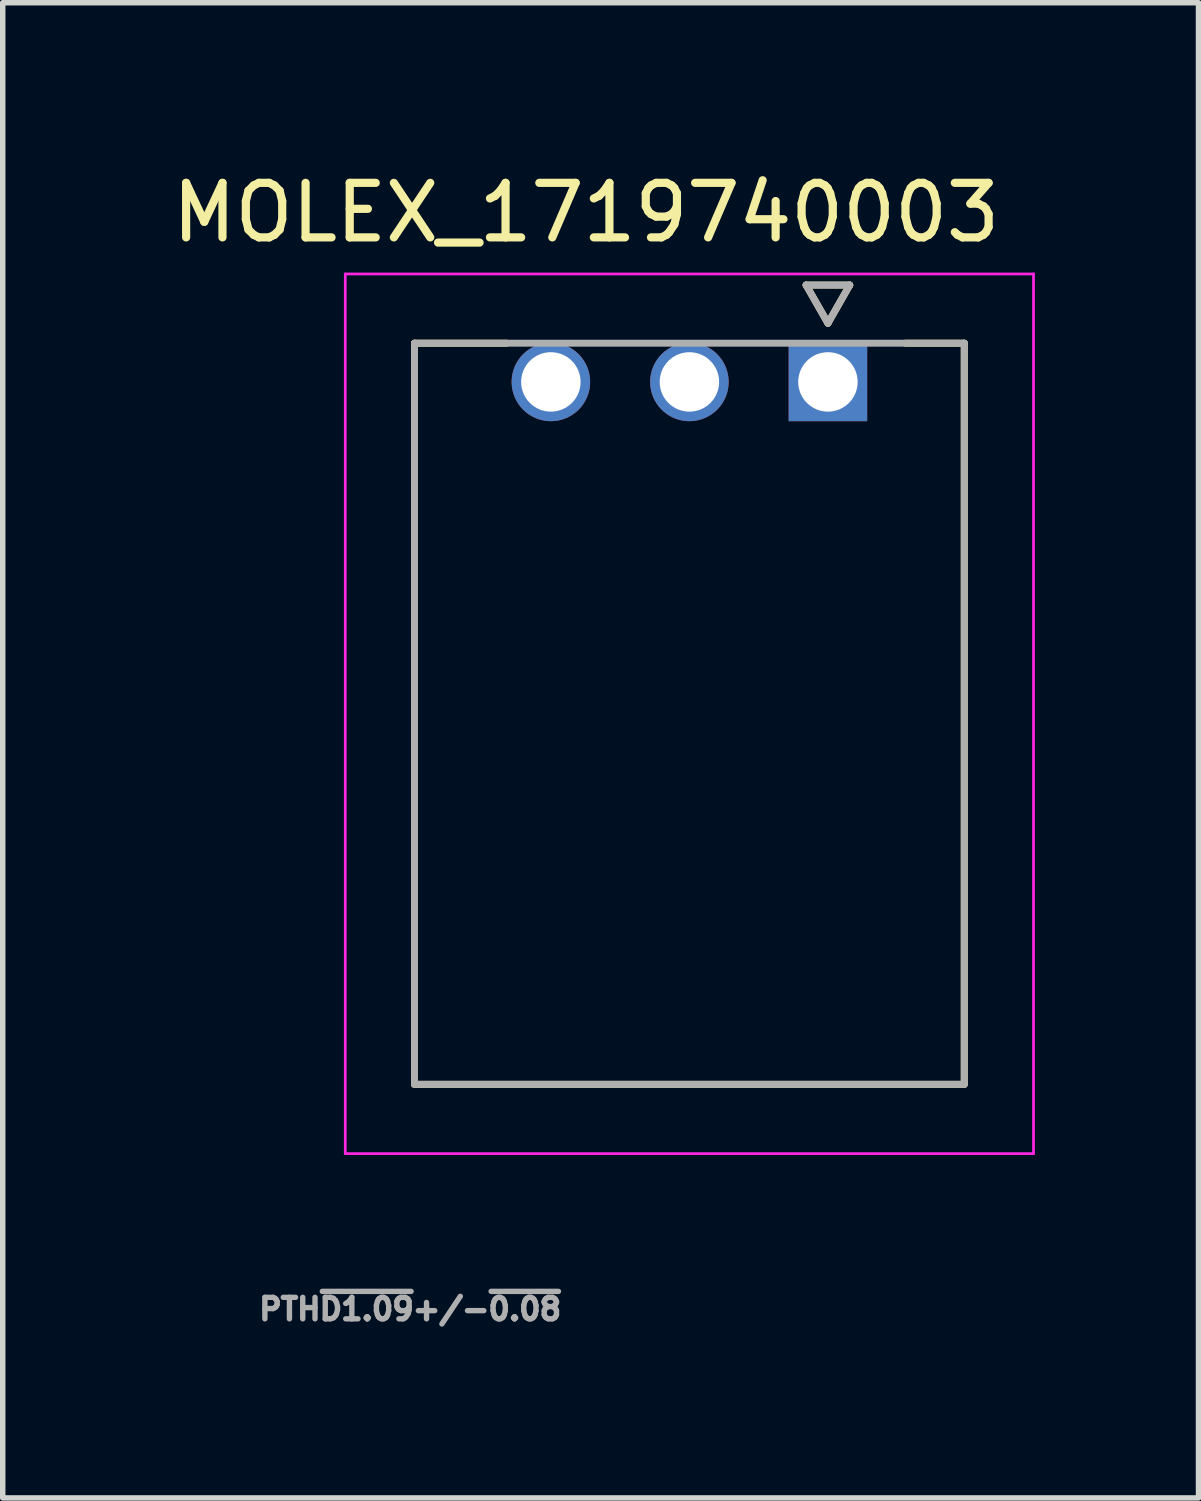
<source format=kicad_pcb>
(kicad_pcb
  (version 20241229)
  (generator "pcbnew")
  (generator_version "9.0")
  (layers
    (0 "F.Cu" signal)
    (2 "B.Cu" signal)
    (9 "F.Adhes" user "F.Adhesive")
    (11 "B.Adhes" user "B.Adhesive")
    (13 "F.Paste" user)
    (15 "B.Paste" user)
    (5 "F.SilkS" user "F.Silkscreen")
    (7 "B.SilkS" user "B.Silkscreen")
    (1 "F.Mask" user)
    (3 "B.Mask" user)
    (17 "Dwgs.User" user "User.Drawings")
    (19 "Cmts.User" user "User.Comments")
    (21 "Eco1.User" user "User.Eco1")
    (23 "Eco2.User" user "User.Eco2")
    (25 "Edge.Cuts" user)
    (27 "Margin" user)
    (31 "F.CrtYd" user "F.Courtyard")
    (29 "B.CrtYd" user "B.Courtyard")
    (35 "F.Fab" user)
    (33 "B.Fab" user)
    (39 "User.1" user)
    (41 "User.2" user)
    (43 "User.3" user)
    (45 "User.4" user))
  (footprint "MOLEX_1719740003"
    (layer "F.Cu")
    (at 12.131 3.953)
    (property "Reference" "MOLEX_1719740003" (at -4.435 -3.105 0) (layer "F.SilkS") (effects (font (size 1 1) (thickness 0.15))))
    (attr through_hole)
    (fp_circle (center -5.08 0) (end -4.682 0) (stroke (width 0.796) (type solid)) (fill no) (layer "F.Mask"))
    (fp_circle (center -2.54 0) (end -2.142 0) (stroke (width 0.796) (type solid)) (fill no) (layer "F.Mask"))
    (fp_poly (pts (xy -0.796 -0.796) (xy 0.796 -0.796) (xy 0.796 0.796) (xy -0.796 0.796)) (stroke (width 0.01) (type solid)) (fill yes) (layer "F.Mask"))
    (fp_circle (center -5.08 0) (end -4.682 0) (stroke (width 0.796) (type solid)) (fill no) (layer "B.Mask"))
    (fp_circle (center -2.54 0) (end -2.142 0) (stroke (width 0.796) (type solid)) (fill no) (layer "B.Mask"))
    (fp_poly (pts (xy -0.796 -0.796) (xy 0.796 -0.796) (xy 0.796 0.796) (xy -0.796 0.796)) (stroke (width 0.01) (type solid)) (fill yes) (layer "B.Mask"))
    (fp_line (start -7.58 -0.71) (end -5.89 -0.71) (stroke (width 0.127) (type solid)) (layer "F.SilkS"))
    (fp_line (start -7.58 12.88) (end -7.58 -0.71) (stroke (width 0.127) (type solid)) (layer "F.SilkS"))
    (fp_line (start -0.4 -1.776) (end 0 -1.076) (stroke (width 0.127) (type solid)) (layer "F.SilkS"))
    (fp_line (start 0 -1.076) (end 0.4 -1.776) (stroke (width 0.127) (type solid)) (layer "F.SilkS"))
    (fp_line (start 0.4 -1.776) (end -0.4 -1.776) (stroke (width 0.127) (type solid)) (layer "F.SilkS"))
    (fp_line (start 1.42 -0.71) (end 2.5 -0.71) (stroke (width 0.127) (type solid)) (layer "F.SilkS"))
    (fp_line (start 2.5 -0.71) (end 2.5 12.88) (stroke (width 0.127) (type solid)) (layer "F.SilkS"))
    (fp_line (start 2.5 12.88) (end -7.58 12.88) (stroke (width 0.127) (type solid)) (layer "F.SilkS"))
    (fp_line (start -8.85 -1.98) (end 3.77 -1.98) (stroke (width 0.05) (type solid)) (layer "F.CrtYd"))
    (fp_line (start -8.85 14.15) (end -8.85 -1.98) (stroke (width 0.05) (type solid)) (layer "F.CrtYd"))
    (fp_line (start -8.85 14.15) (end 3.77 14.15) (stroke (width 0.05) (type solid)) (layer "F.CrtYd"))
    (fp_line (start 3.77 -1.98) (end 3.77 14.15) (stroke (width 0.05) (type solid)) (layer "F.CrtYd"))
    (fp_line (start -7.58 -0.71) (end 2.5 -0.71) (stroke (width 0.127) (type solid)) (layer "F.Fab"))
    (fp_line (start -7.58 12.88) (end -7.58 -0.71) (stroke (width 0.127) (type solid)) (layer "F.Fab"))
    (fp_line (start -0.4 -1.776) (end 0 -1.076) (stroke (width 0.127) (type solid)) (layer "F.Fab"))
    (fp_line (start 0 -1.076) (end 0.4 -1.776) (stroke (width 0.127) (type solid)) (layer "F.Fab"))
    (fp_line (start 0.4 -1.776) (end -0.4 -1.776) (stroke (width 0.127) (type solid)) (layer "F.Fab"))
    (fp_line (start 2.5 -0.71) (end 2.5 12.88) (stroke (width 0.127) (type solid)) (layer "F.Fab"))
    (fp_line (start 2.5 12.88) (end -7.58 12.88) (stroke (width 0.127) (type solid)) (layer "F.Fab"))
    (fp_text user "PTH~{D1.09}+/-~{0.08}" (at -7.66 17.002 0) (layer "F.Fab") (effects (font (size 0.394 0.394) (thickness 0.15))))
    (pad "1" thru_hole rect (at 0 0) (size 1.44 1.44) (drill 1.09) (layers "*.Cu"))
    (pad "2" thru_hole circle (at -2.54 0) (size 1.44 1.44) (drill 1.09) (layers "*.Cu"))
    (pad "3" thru_hole circle (at -5.08 0) (size 1.44 1.44) (drill 1.09) (layers "*.Cu")))
  (gr_rect
    (start -3 -3)
    (end 18.926 24.416)
    (stroke (width 0.1) (type default))
    (fill no)
    (layer "Edge.Cuts")))
</source>
